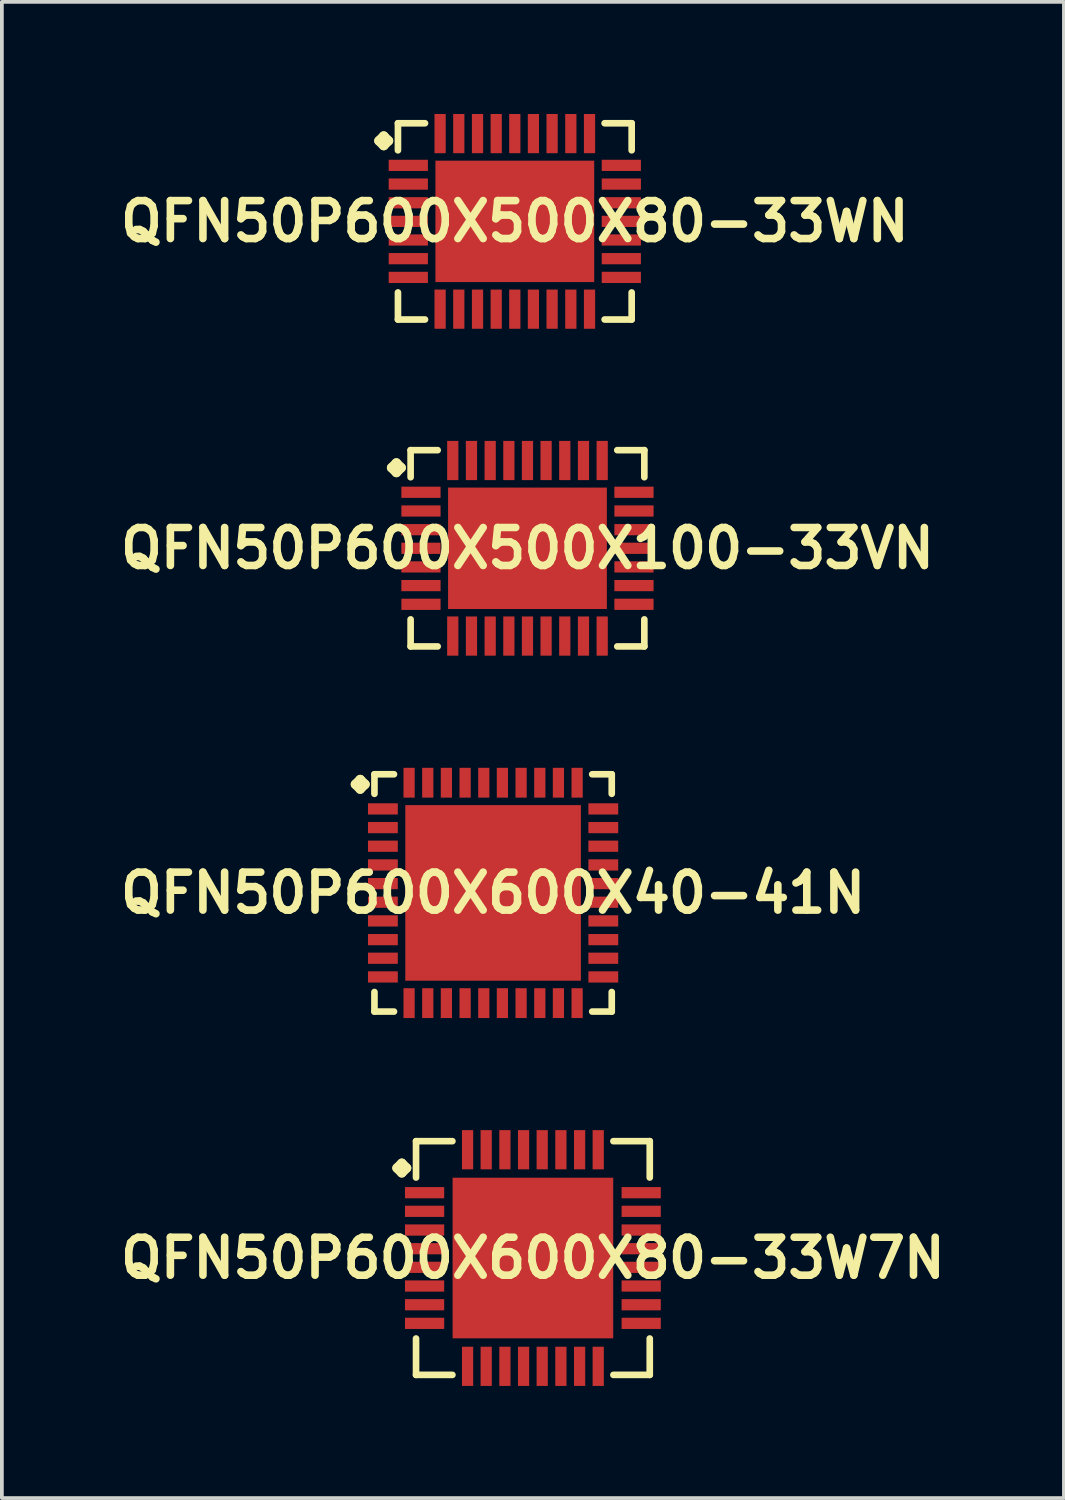
<source format=kicad_pcb>
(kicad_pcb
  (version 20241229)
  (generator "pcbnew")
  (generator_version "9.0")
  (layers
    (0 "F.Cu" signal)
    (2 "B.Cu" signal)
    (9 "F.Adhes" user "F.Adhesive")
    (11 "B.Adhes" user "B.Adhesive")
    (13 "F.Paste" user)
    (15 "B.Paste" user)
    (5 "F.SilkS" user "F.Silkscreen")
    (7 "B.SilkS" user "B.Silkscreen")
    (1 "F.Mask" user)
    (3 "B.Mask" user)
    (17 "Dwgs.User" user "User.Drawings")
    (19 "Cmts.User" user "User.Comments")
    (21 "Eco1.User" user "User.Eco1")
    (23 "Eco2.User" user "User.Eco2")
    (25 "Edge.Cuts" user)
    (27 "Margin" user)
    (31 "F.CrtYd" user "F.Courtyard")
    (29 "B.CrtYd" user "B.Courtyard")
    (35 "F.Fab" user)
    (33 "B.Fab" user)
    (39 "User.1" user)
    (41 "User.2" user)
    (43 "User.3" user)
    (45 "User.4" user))
  (footprint "QFN50P600X500X100-33VN"
    (layer "F.Cu")
    (at 11.065 11.622)
    (property "Reference" "QFN50P600X500X100-33VN" (at 0 0 0) (layer "F.SilkS") (effects (font (size 1.016 1.016) (thickness 0.203))))
    (attr smd)
    (fp_line (start -3.635 -2.156) (end -3.508 -2.283) (stroke (width 0.254) (type solid)) (layer "F.SilkS"))
    (fp_line (start -3.508 -2.283) (end -3.381 -2.156) (stroke (width 0.254) (type solid)) (layer "F.SilkS"))
    (fp_line (start -3.508 -2.029) (end -3.635 -2.156) (stroke (width 0.254) (type solid)) (layer "F.SilkS"))
    (fp_line (start -3.381 -2.156) (end -3.508 -2.029) (stroke (width 0.254) (type solid)) (layer "F.SilkS"))
    (fp_line (start -3.127 -2.626) (end -2.403 -2.626) (stroke (width 0.178) (type solid)) (layer "F.SilkS"))
    (fp_line (start -3.127 -1.902) (end -3.127 -2.626) (stroke (width 0.178) (type solid)) (layer "F.SilkS"))
    (fp_line (start -3.127 1.902) (end -3.127 2.626) (stroke (width 0.178) (type solid)) (layer "F.SilkS"))
    (fp_line (start -3.127 2.626) (end -2.403 2.626) (stroke (width 0.178) (type solid)) (layer "F.SilkS"))
    (fp_line (start 2.403 -2.626) (end 3.127 -2.626) (stroke (width 0.178) (type solid)) (layer "F.SilkS"))
    (fp_line (start 2.403 2.626) (end 3.127 2.626) (stroke (width 0.178) (type solid)) (layer "F.SilkS"))
    (fp_line (start 3.127 -2.626) (end 3.127 -1.902) (stroke (width 0.178) (type solid)) (layer "F.SilkS"))
    (fp_line (start 3.127 2.626) (end 3.127 1.902) (stroke (width 0.178) (type solid)) (layer "F.SilkS"))
    (pad "1" smd rect (at -2.85 -1.499) (size 1.049 0.3) (layers "F.Cu" "F.Mask" "F.Paste"))
    (pad "2" smd rect (at -2.85 -0.998) (size 1.049 0.3) (layers "F.Cu" "F.Mask" "F.Paste"))
    (pad "3" smd rect (at -2.85 -0.498) (size 1.049 0.3) (layers "F.Cu" "F.Mask" "F.Paste"))
    (pad "4" smd rect (at -2.85 0) (size 1.049 0.3) (layers "F.Cu" "F.Mask" "F.Paste"))
    (pad "5" smd rect (at -2.85 0.498) (size 1.049 0.3) (layers "F.Cu" "F.Mask" "F.Paste"))
    (pad "6" smd rect (at -2.85 0.998) (size 1.049 0.3) (layers "F.Cu" "F.Mask" "F.Paste"))
    (pad "7" smd rect (at -2.85 1.499) (size 1.049 0.3) (layers "F.Cu" "F.Mask" "F.Paste"))
    (pad "8" smd rect (at -1.999 2.349) (size 0.3 1.049) (layers "F.Cu" "F.Mask" "F.Paste"))
    (pad "9" smd rect (at -1.499 2.349) (size 0.3 1.049) (layers "F.Cu" "F.Mask" "F.Paste"))
    (pad "10" smd rect (at -0.998 2.349) (size 0.3 1.049) (layers "F.Cu" "F.Mask" "F.Paste"))
    (pad "11" smd rect (at -0.498 2.349) (size 0.3 1.049) (layers "F.Cu" "F.Mask" "F.Paste"))
    (pad "12" smd rect (at 0 2.349) (size 0.3 1.049) (layers "F.Cu" "F.Mask" "F.Paste"))
    (pad "13" smd rect (at 0.498 2.349) (size 0.3 1.049) (layers "F.Cu" "F.Mask" "F.Paste"))
    (pad "14" smd rect (at 0.998 2.349) (size 0.3 1.049) (layers "F.Cu" "F.Mask" "F.Paste"))
    (pad "15" smd rect (at 1.499 2.349) (size 0.3 1.049) (layers "F.Cu" "F.Mask" "F.Paste"))
    (pad "16" smd rect (at 1.999 2.349) (size 0.3 1.049) (layers "F.Cu" "F.Mask" "F.Paste"))
    (pad "17" smd rect (at 2.85 1.499) (size 1.049 0.3) (layers "F.Cu" "F.Mask" "F.Paste"))
    (pad "18" smd rect (at 2.85 0.998) (size 1.049 0.3) (layers "F.Cu" "F.Mask" "F.Paste"))
    (pad "19" smd rect (at 2.85 0.498) (size 1.049 0.3) (layers "F.Cu" "F.Mask" "F.Paste"))
    (pad "20" smd rect (at 2.85 0) (size 1.049 0.3) (layers "F.Cu" "F.Mask" "F.Paste"))
    (pad "21" smd rect (at 2.85 -0.498) (size 1.049 0.3) (layers "F.Cu" "F.Mask" "F.Paste"))
    (pad "22" smd rect (at 2.85 -0.998) (size 1.049 0.3) (layers "F.Cu" "F.Mask" "F.Paste"))
    (pad "23" smd rect (at 2.85 -1.499) (size 1.049 0.3) (layers "F.Cu" "F.Mask" "F.Paste"))
    (pad "24" smd rect (at 1.999 -2.349) (size 0.3 1.049) (layers "F.Cu" "F.Mask" "F.Paste"))
    (pad "25" smd rect (at 1.499 -2.349) (size 0.3 1.049) (layers "F.Cu" "F.Mask" "F.Paste"))
    (pad "26" smd rect (at 0.998 -2.349) (size 0.3 1.049) (layers "F.Cu" "F.Mask" "F.Paste"))
    (pad "27" smd rect (at 0.498 -2.349) (size 0.3 1.049) (layers "F.Cu" "F.Mask" "F.Paste"))
    (pad "28" smd rect (at 0 -2.349) (size 0.3 1.049) (layers "F.Cu" "F.Mask" "F.Paste"))
    (pad "29" smd rect (at -0.498 -2.349) (size 0.3 1.049) (layers "F.Cu" "F.Mask" "F.Paste"))
    (pad "30" smd rect (at -0.998 -2.349) (size 0.3 1.049) (layers "F.Cu" "F.Mask" "F.Paste"))
    (pad "31" smd rect (at -1.499 -2.349) (size 0.3 1.049) (layers "F.Cu" "F.Mask" "F.Paste"))
    (pad "32" smd rect (at -1.999 -2.349) (size 0.3 1.049) (layers "F.Cu" "F.Mask" "F.Paste"))
    (pad "33" smd rect (at 0 0) (size 4.249 3.249) (layers "F.Cu" "F.Mask" "F.Paste")))
  (footprint "QFN50P600X600X80-33W7N"
    (layer "F.Cu")
    (at 11.21 30.614)
    (property "Reference" "QFN50P600X600X80-33W7N" (at 0 0 0) (layer "F.SilkS") (effects (font (size 1.016 1.016) (thickness 0.203))))
    (attr smd)
    (fp_line (start -3.635 -2.408) (end -3.508 -2.535) (stroke (width 0.254) (type solid)) (layer "F.SilkS"))
    (fp_line (start -3.508 -2.535) (end -3.381 -2.408) (stroke (width 0.254) (type solid)) (layer "F.SilkS"))
    (fp_line (start -3.508 -2.281) (end -3.635 -2.408) (stroke (width 0.254) (type solid)) (layer "F.SilkS"))
    (fp_line (start -3.381 -2.408) (end -3.508 -2.281) (stroke (width 0.254) (type solid)) (layer "F.SilkS"))
    (fp_line (start -3.127 -3.127) (end -2.154 -3.127) (stroke (width 0.178) (type solid)) (layer "F.SilkS"))
    (fp_line (start -3.127 -2.154) (end -3.127 -3.127) (stroke (width 0.178) (type solid)) (layer "F.SilkS"))
    (fp_line (start -3.127 2.154) (end -3.127 3.127) (stroke (width 0.178) (type solid)) (layer "F.SilkS"))
    (fp_line (start -3.127 3.127) (end -2.154 3.127) (stroke (width 0.178) (type solid)) (layer "F.SilkS"))
    (fp_line (start 2.154 -3.127) (end 3.127 -3.127) (stroke (width 0.178) (type solid)) (layer "F.SilkS"))
    (fp_line (start 2.154 3.127) (end 3.127 3.127) (stroke (width 0.178) (type solid)) (layer "F.SilkS"))
    (fp_line (start 3.127 -3.127) (end 3.127 -2.154) (stroke (width 0.178) (type solid)) (layer "F.SilkS"))
    (fp_line (start 3.127 3.127) (end 3.127 2.154) (stroke (width 0.178) (type solid)) (layer "F.SilkS"))
    (pad "1" smd rect (at -2.898 -1.748) (size 1.049 0.3) (layers "F.Cu" "F.Mask" "F.Paste"))
    (pad "2" smd rect (at -2.898 -1.25) (size 1.049 0.3) (layers "F.Cu" "F.Mask" "F.Paste"))
    (pad "3" smd rect (at -2.898 -0.749) (size 1.049 0.3) (layers "F.Cu" "F.Mask" "F.Paste"))
    (pad "4" smd rect (at -2.898 -0.249) (size 1.049 0.3) (layers "F.Cu" "F.Mask" "F.Paste"))
    (pad "5" smd rect (at -2.898 0.249) (size 1.049 0.3) (layers "F.Cu" "F.Mask" "F.Paste"))
    (pad "6" smd rect (at -2.898 0.749) (size 1.049 0.3) (layers "F.Cu" "F.Mask" "F.Paste"))
    (pad "7" smd rect (at -2.898 1.25) (size 1.049 0.3) (layers "F.Cu" "F.Mask" "F.Paste"))
    (pad "8" smd rect (at -2.898 1.748) (size 1.049 0.3) (layers "F.Cu" "F.Mask" "F.Paste"))
    (pad "9" smd rect (at -1.748 2.898) (size 0.3 1.049) (layers "F.Cu" "F.Mask" "F.Paste"))
    (pad "10" smd rect (at -1.25 2.898) (size 0.3 1.049) (layers "F.Cu" "F.Mask" "F.Paste"))
    (pad "11" smd rect (at -0.749 2.898) (size 0.3 1.049) (layers "F.Cu" "F.Mask" "F.Paste"))
    (pad "12" smd rect (at -0.249 2.898) (size 0.3 1.049) (layers "F.Cu" "F.Mask" "F.Paste"))
    (pad "13" smd rect (at 0.249 2.898) (size 0.3 1.049) (layers "F.Cu" "F.Mask" "F.Paste"))
    (pad "14" smd rect (at 0.749 2.898) (size 0.3 1.049) (layers "F.Cu" "F.Mask" "F.Paste"))
    (pad "15" smd rect (at 1.25 2.898) (size 0.3 1.049) (layers "F.Cu" "F.Mask" "F.Paste"))
    (pad "16" smd rect (at 1.748 2.898) (size 0.3 1.049) (layers "F.Cu" "F.Mask" "F.Paste"))
    (pad "17" smd rect (at 2.898 1.748) (size 1.049 0.3) (layers "F.Cu" "F.Mask" "F.Paste"))
    (pad "18" smd rect (at 2.898 1.25) (size 1.049 0.3) (layers "F.Cu" "F.Mask" "F.Paste"))
    (pad "19" smd rect (at 2.898 0.749) (size 1.049 0.3) (layers "F.Cu" "F.Mask" "F.Paste"))
    (pad "20" smd rect (at 2.898 0.249) (size 1.049 0.3) (layers "F.Cu" "F.Mask" "F.Paste"))
    (pad "21" smd rect (at 2.898 -0.249) (size 1.049 0.3) (layers "F.Cu" "F.Mask" "F.Paste"))
    (pad "22" smd rect (at 2.898 -0.749) (size 1.049 0.3) (layers "F.Cu" "F.Mask" "F.Paste"))
    (pad "23" smd rect (at 2.898 -1.25) (size 1.049 0.3) (layers "F.Cu" "F.Mask" "F.Paste"))
    (pad "24" smd rect (at 2.898 -1.748) (size 1.049 0.3) (layers "F.Cu" "F.Mask" "F.Paste"))
    (pad "25" smd rect (at 1.748 -2.898) (size 0.3 1.049) (layers "F.Cu" "F.Mask" "F.Paste"))
    (pad "26" smd rect (at 1.25 -2.898) (size 0.3 1.049) (layers "F.Cu" "F.Mask" "F.Paste"))
    (pad "27" smd rect (at 0.749 -2.898) (size 0.3 1.049) (layers "F.Cu" "F.Mask" "F.Paste"))
    (pad "28" smd rect (at 0.249 -2.898) (size 0.3 1.049) (layers "F.Cu" "F.Mask" "F.Paste"))
    (pad "29" smd rect (at -0.249 -2.898) (size 0.3 1.049) (layers "F.Cu" "F.Mask" "F.Paste"))
    (pad "30" smd rect (at -0.749 -2.898) (size 0.3 1.049) (layers "F.Cu" "F.Mask" "F.Paste"))
    (pad "31" smd rect (at -1.25 -2.898) (size 0.3 1.049) (layers "F.Cu" "F.Mask" "F.Paste"))
    (pad "32" smd rect (at -1.748 -2.898) (size 0.3 1.049) (layers "F.Cu" "F.Mask" "F.Paste"))
    (pad "33" smd rect (at 0 0) (size 4.298 4.298) (layers "F.Cu" "F.Mask" "F.Paste")))
  (footprint "QFN50P600X600X40-41N"
    (layer "F.Cu")
    (at 10.145 20.844)
    (property "Reference" "QFN50P600X600X40-41N" (at 0 0 0) (layer "F.SilkS") (effects (font (size 1.016 1.016) (thickness 0.203))))
    (attr smd)
    (fp_line (start -3.683 -2.906) (end -3.556 -3.033) (stroke (width 0.254) (type solid)) (layer "F.SilkS"))
    (fp_line (start -3.556 -3.033) (end -3.429 -2.906) (stroke (width 0.254) (type solid)) (layer "F.SilkS"))
    (fp_line (start -3.556 -2.779) (end -3.683 -2.906) (stroke (width 0.254) (type solid)) (layer "F.SilkS"))
    (fp_line (start -3.429 -2.906) (end -3.556 -2.779) (stroke (width 0.254) (type solid)) (layer "F.SilkS"))
    (fp_line (start -3.175 -3.175) (end -2.652 -3.175) (stroke (width 0.178) (type solid)) (layer "F.SilkS"))
    (fp_line (start -3.175 -2.652) (end -3.175 -3.175) (stroke (width 0.178) (type solid)) (layer "F.SilkS"))
    (fp_line (start -3.175 2.652) (end -3.175 3.175) (stroke (width 0.178) (type solid)) (layer "F.SilkS"))
    (fp_line (start -3.175 3.175) (end -2.652 3.175) (stroke (width 0.178) (type solid)) (layer "F.SilkS"))
    (fp_line (start 2.652 -3.175) (end 3.175 -3.175) (stroke (width 0.178) (type solid)) (layer "F.SilkS"))
    (fp_line (start 2.652 3.175) (end 3.175 3.175) (stroke (width 0.178) (type solid)) (layer "F.SilkS"))
    (fp_line (start 3.175 -3.175) (end 3.175 -2.652) (stroke (width 0.178) (type solid)) (layer "F.SilkS"))
    (fp_line (start 3.175 3.175) (end 3.175 2.652) (stroke (width 0.178) (type solid)) (layer "F.SilkS"))
    (pad "1" smd rect (at -2.949 -2.248) (size 0.798 0.3) (layers "F.Cu" "F.Mask" "F.Paste"))
    (pad "2" smd rect (at -2.949 -1.748) (size 0.798 0.3) (layers "F.Cu" "F.Mask" "F.Paste"))
    (pad "3" smd rect (at -2.949 -1.25) (size 0.798 0.3) (layers "F.Cu" "F.Mask" "F.Paste"))
    (pad "4" smd rect (at -2.949 -0.749) (size 0.798 0.3) (layers "F.Cu" "F.Mask" "F.Paste"))
    (pad "5" smd rect (at -2.949 -0.249) (size 0.798 0.3) (layers "F.Cu" "F.Mask" "F.Paste"))
    (pad "6" smd rect (at -2.949 0.249) (size 0.798 0.3) (layers "F.Cu" "F.Mask" "F.Paste"))
    (pad "7" smd rect (at -2.949 0.749) (size 0.798 0.3) (layers "F.Cu" "F.Mask" "F.Paste"))
    (pad "8" smd rect (at -2.949 1.25) (size 0.798 0.3) (layers "F.Cu" "F.Mask" "F.Paste"))
    (pad "9" smd rect (at -2.949 1.748) (size 0.798 0.3) (layers "F.Cu" "F.Mask" "F.Paste"))
    (pad "10" smd rect (at -2.949 2.248) (size 0.798 0.3) (layers "F.Cu" "F.Mask" "F.Paste"))
    (pad "11" smd rect (at -2.248 2.949) (size 0.3 0.798) (layers "F.Cu" "F.Mask" "F.Paste"))
    (pad "12" smd rect (at -1.748 2.949) (size 0.3 0.798) (layers "F.Cu" "F.Mask" "F.Paste"))
    (pad "13" smd rect (at -1.25 2.949) (size 0.3 0.798) (layers "F.Cu" "F.Mask" "F.Paste"))
    (pad "14" smd rect (at -0.749 2.949) (size 0.3 0.798) (layers "F.Cu" "F.Mask" "F.Paste"))
    (pad "15" smd rect (at -0.249 2.949) (size 0.3 0.798) (layers "F.Cu" "F.Mask" "F.Paste"))
    (pad "16" smd rect (at 0.249 2.949) (size 0.3 0.798) (layers "F.Cu" "F.Mask" "F.Paste"))
    (pad "17" smd rect (at 0.749 2.949) (size 0.3 0.798) (layers "F.Cu" "F.Mask" "F.Paste"))
    (pad "18" smd rect (at 1.25 2.949) (size 0.3 0.798) (layers "F.Cu" "F.Mask" "F.Paste"))
    (pad "19" smd rect (at 1.748 2.949) (size 0.3 0.798) (layers "F.Cu" "F.Mask" "F.Paste"))
    (pad "20" smd rect (at 2.248 2.949) (size 0.3 0.798) (layers "F.Cu" "F.Mask" "F.Paste"))
    (pad "21" smd rect (at 2.949 2.248) (size 0.798 0.3) (layers "F.Cu" "F.Mask" "F.Paste"))
    (pad "22" smd rect (at 2.949 1.748) (size 0.798 0.3) (layers "F.Cu" "F.Mask" "F.Paste"))
    (pad "23" smd rect (at 2.949 1.25) (size 0.798 0.3) (layers "F.Cu" "F.Mask" "F.Paste"))
    (pad "24" smd rect (at 2.949 0.749) (size 0.798 0.3) (layers "F.Cu" "F.Mask" "F.Paste"))
    (pad "25" smd rect (at 2.949 0.249) (size 0.798 0.3) (layers "F.Cu" "F.Mask" "F.Paste"))
    (pad "26" smd rect (at 2.949 -0.249) (size 0.798 0.3) (layers "F.Cu" "F.Mask" "F.Paste"))
    (pad "27" smd rect (at 2.949 -0.749) (size 0.798 0.3) (layers "F.Cu" "F.Mask" "F.Paste"))
    (pad "28" smd rect (at 2.949 -1.25) (size 0.798 0.3) (layers "F.Cu" "F.Mask" "F.Paste"))
    (pad "29" smd rect (at 2.949 -1.748) (size 0.798 0.3) (layers "F.Cu" "F.Mask" "F.Paste"))
    (pad "30" smd rect (at 2.949 -2.248) (size 0.798 0.3) (layers "F.Cu" "F.Mask" "F.Paste"))
    (pad "31" smd rect (at 2.248 -2.949) (size 0.3 0.798) (layers "F.Cu" "F.Mask" "F.Paste"))
    (pad "32" smd rect (at 1.748 -2.949) (size 0.3 0.798) (layers "F.Cu" "F.Mask" "F.Paste"))
    (pad "33" smd rect (at 1.25 -2.949) (size 0.3 0.798) (layers "F.Cu" "F.Mask" "F.Paste"))
    (pad "34" smd rect (at 0.749 -2.949) (size 0.3 0.798) (layers "F.Cu" "F.Mask" "F.Paste"))
    (pad "35" smd rect (at 0.249 -2.949) (size 0.3 0.798) (layers "F.Cu" "F.Mask" "F.Paste"))
    (pad "36" smd rect (at -0.249 -2.949) (size 0.3 0.798) (layers "F.Cu" "F.Mask" "F.Paste"))
    (pad "37" smd rect (at -0.749 -2.949) (size 0.3 0.798) (layers "F.Cu" "F.Mask" "F.Paste"))
    (pad "38" smd rect (at -1.25 -2.949) (size 0.3 0.798) (layers "F.Cu" "F.Mask" "F.Paste"))
    (pad "39" smd rect (at -1.748 -2.949) (size 0.3 0.798) (layers "F.Cu" "F.Mask" "F.Paste"))
    (pad "40" smd rect (at -2.248 -2.949) (size 0.3 0.798) (layers "F.Cu" "F.Mask" "F.Paste"))
    (pad "41" smd rect (at 0 0) (size 4.699 4.699) (layers "F.Cu" "F.Mask" "F.Paste")))
  (footprint "QFN50P600X500X80-33WN"
    (layer "F.Cu")
    (at 10.726 2.874)
    (property "Reference" "QFN50P600X500X80-33WN" (at 0 0 0) (layer "F.SilkS") (effects (font (size 1.016 1.016) (thickness 0.203))))
    (attr smd)
    (fp_line (start -3.635 -2.156) (end -3.508 -2.283) (stroke (width 0.254) (type solid)) (layer "F.SilkS"))
    (fp_line (start -3.508 -2.283) (end -3.381 -2.156) (stroke (width 0.254) (type solid)) (layer "F.SilkS"))
    (fp_line (start -3.508 -2.029) (end -3.635 -2.156) (stroke (width 0.254) (type solid)) (layer "F.SilkS"))
    (fp_line (start -3.381 -2.156) (end -3.508 -2.029) (stroke (width 0.254) (type solid)) (layer "F.SilkS"))
    (fp_line (start -3.127 -2.626) (end -2.403 -2.626) (stroke (width 0.178) (type solid)) (layer "F.SilkS"))
    (fp_line (start -3.127 -1.902) (end -3.127 -2.626) (stroke (width 0.178) (type solid)) (layer "F.SilkS"))
    (fp_line (start -3.127 1.902) (end -3.127 2.626) (stroke (width 0.178) (type solid)) (layer "F.SilkS"))
    (fp_line (start -3.127 2.626) (end -2.403 2.626) (stroke (width 0.178) (type solid)) (layer "F.SilkS"))
    (fp_line (start 2.403 -2.626) (end 3.127 -2.626) (stroke (width 0.178) (type solid)) (layer "F.SilkS"))
    (fp_line (start 2.403 2.626) (end 3.127 2.626) (stroke (width 0.178) (type solid)) (layer "F.SilkS"))
    (fp_line (start 3.127 -2.626) (end 3.127 -1.902) (stroke (width 0.178) (type solid)) (layer "F.SilkS"))
    (fp_line (start 3.127 2.626) (end 3.127 1.902) (stroke (width 0.178) (type solid)) (layer "F.SilkS"))
    (pad "1" smd rect (at -2.85 -1.499) (size 1.049 0.3) (layers "F.Cu" "F.Mask" "F.Paste"))
    (pad "2" smd rect (at -2.85 -0.998) (size 1.049 0.3) (layers "F.Cu" "F.Mask" "F.Paste"))
    (pad "3" smd rect (at -2.85 -0.498) (size 1.049 0.3) (layers "F.Cu" "F.Mask" "F.Paste"))
    (pad "4" smd rect (at -2.85 0) (size 1.049 0.3) (layers "F.Cu" "F.Mask" "F.Paste"))
    (pad "5" smd rect (at -2.85 0.498) (size 1.049 0.3) (layers "F.Cu" "F.Mask" "F.Paste"))
    (pad "6" smd rect (at -2.85 0.998) (size 1.049 0.3) (layers "F.Cu" "F.Mask" "F.Paste"))
    (pad "7" smd rect (at -2.85 1.499) (size 1.049 0.3) (layers "F.Cu" "F.Mask" "F.Paste"))
    (pad "8" smd rect (at -1.999 2.349) (size 0.3 1.049) (layers "F.Cu" "F.Mask" "F.Paste"))
    (pad "9" smd rect (at -1.499 2.349) (size 0.3 1.049) (layers "F.Cu" "F.Mask" "F.Paste"))
    (pad "10" smd rect (at -0.998 2.349) (size 0.3 1.049) (layers "F.Cu" "F.Mask" "F.Paste"))
    (pad "11" smd rect (at -0.498 2.349) (size 0.3 1.049) (layers "F.Cu" "F.Mask" "F.Paste"))
    (pad "12" smd rect (at 0 2.349) (size 0.3 1.049) (layers "F.Cu" "F.Mask" "F.Paste"))
    (pad "13" smd rect (at 0.498 2.349) (size 0.3 1.049) (layers "F.Cu" "F.Mask" "F.Paste"))
    (pad "14" smd rect (at 0.998 2.349) (size 0.3 1.049) (layers "F.Cu" "F.Mask" "F.Paste"))
    (pad "15" smd rect (at 1.499 2.349) (size 0.3 1.049) (layers "F.Cu" "F.Mask" "F.Paste"))
    (pad "16" smd rect (at 1.999 2.349) (size 0.3 1.049) (layers "F.Cu" "F.Mask" "F.Paste"))
    (pad "17" smd rect (at 2.85 1.499) (size 1.049 0.3) (layers "F.Cu" "F.Mask" "F.Paste"))
    (pad "18" smd rect (at 2.85 0.998) (size 1.049 0.3) (layers "F.Cu" "F.Mask" "F.Paste"))
    (pad "19" smd rect (at 2.85 0.498) (size 1.049 0.3) (layers "F.Cu" "F.Mask" "F.Paste"))
    (pad "20" smd rect (at 2.85 0) (size 1.049 0.3) (layers "F.Cu" "F.Mask" "F.Paste"))
    (pad "21" smd rect (at 2.85 -0.498) (size 1.049 0.3) (layers "F.Cu" "F.Mask" "F.Paste"))
    (pad "22" smd rect (at 2.85 -0.998) (size 1.049 0.3) (layers "F.Cu" "F.Mask" "F.Paste"))
    (pad "23" smd rect (at 2.85 -1.499) (size 1.049 0.3) (layers "F.Cu" "F.Mask" "F.Paste"))
    (pad "24" smd rect (at 1.999 -2.349) (size 0.3 1.049) (layers "F.Cu" "F.Mask" "F.Paste"))
    (pad "25" smd rect (at 1.499 -2.349) (size 0.3 1.049) (layers "F.Cu" "F.Mask" "F.Paste"))
    (pad "26" smd rect (at 0.998 -2.349) (size 0.3 1.049) (layers "F.Cu" "F.Mask" "F.Paste"))
    (pad "27" smd rect (at 0.498 -2.349) (size 0.3 1.049) (layers "F.Cu" "F.Mask" "F.Paste"))
    (pad "28" smd rect (at 0 -2.349) (size 0.3 1.049) (layers "F.Cu" "F.Mask" "F.Paste"))
    (pad "29" smd rect (at -0.498 -2.349) (size 0.3 1.049) (layers "F.Cu" "F.Mask" "F.Paste"))
    (pad "30" smd rect (at -0.998 -2.349) (size 0.3 1.049) (layers "F.Cu" "F.Mask" "F.Paste"))
    (pad "31" smd rect (at -1.499 -2.349) (size 0.3 1.049) (layers "F.Cu" "F.Mask" "F.Paste"))
    (pad "32" smd rect (at -1.999 -2.349) (size 0.3 1.049) (layers "F.Cu" "F.Mask" "F.Paste"))
    (pad "33" smd rect (at 0 0) (size 4.249 3.249) (layers "F.Cu" "F.Mask" "F.Paste")))
  (gr_rect
    (start -3 -3)
    (end 25.42 37.037)
    (stroke (width 0.1) (type default))
    (fill no)
    (layer "Edge.Cuts")))
</source>
